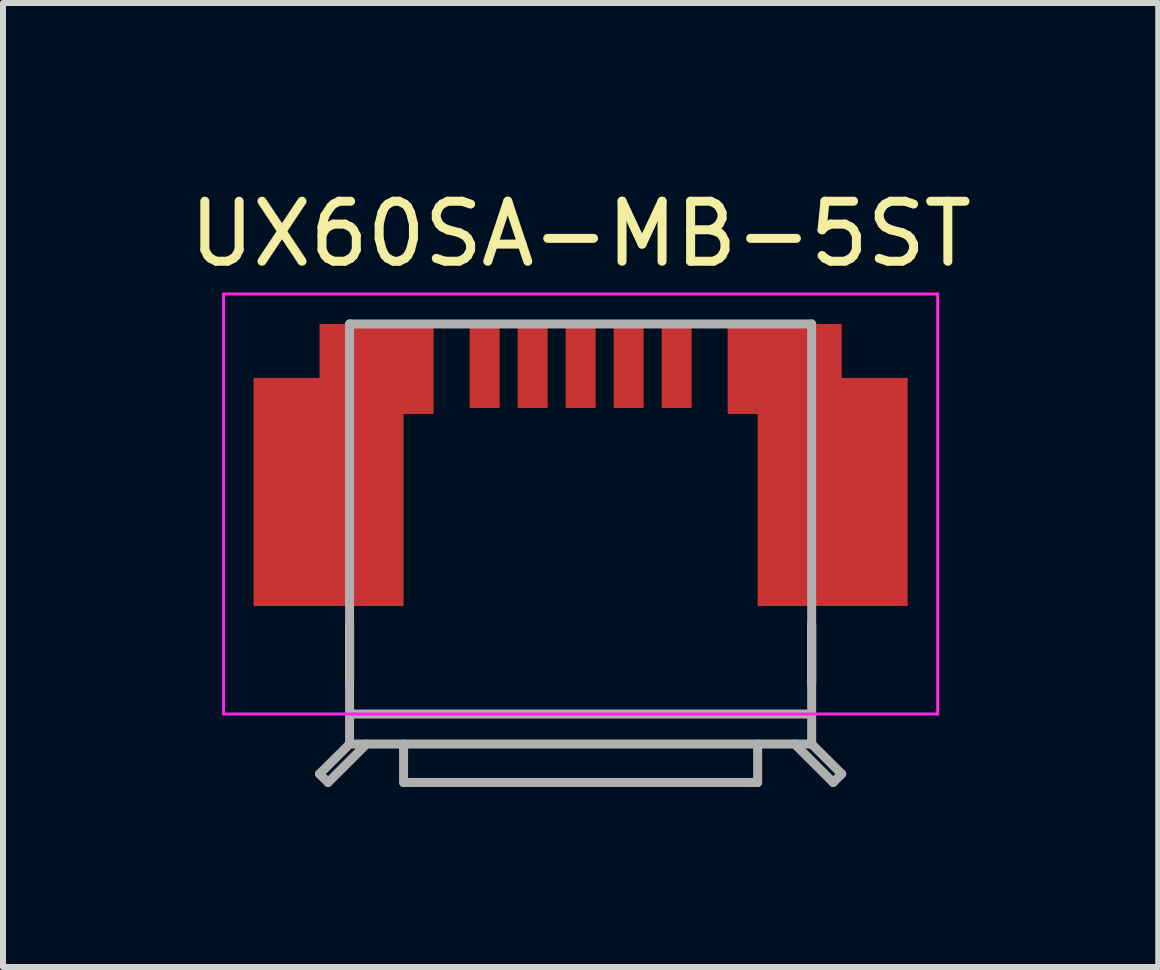
<source format=kicad_pcb>
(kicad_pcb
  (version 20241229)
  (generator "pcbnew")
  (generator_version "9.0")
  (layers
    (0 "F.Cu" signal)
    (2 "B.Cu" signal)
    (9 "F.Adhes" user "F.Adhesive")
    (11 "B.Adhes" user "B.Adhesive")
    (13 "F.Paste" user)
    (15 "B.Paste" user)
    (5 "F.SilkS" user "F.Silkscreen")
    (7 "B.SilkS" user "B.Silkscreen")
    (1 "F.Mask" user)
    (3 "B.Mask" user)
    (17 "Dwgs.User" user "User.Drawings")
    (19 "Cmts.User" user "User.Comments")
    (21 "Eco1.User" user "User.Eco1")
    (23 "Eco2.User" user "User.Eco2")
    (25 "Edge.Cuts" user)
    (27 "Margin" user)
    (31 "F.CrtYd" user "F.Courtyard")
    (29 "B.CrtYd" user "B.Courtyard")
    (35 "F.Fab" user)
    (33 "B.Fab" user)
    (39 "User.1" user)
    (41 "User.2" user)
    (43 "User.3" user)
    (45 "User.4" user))
  (footprint "UX60SA-MB-5ST"
    (layer "F.Cu")
    (at 6.625 8.848)
    (property "Reference" "UX60SA-MB-5ST" (at 0 -8 0) (layer "F.SilkS") (effects (font (size 1 1) (thickness 0.15))))
    (attr smd)
    (fp_line (start -3.85 -1.5) (end -3.85 -0.5) (stroke (width 0.15) (type solid)) (layer "F.SilkS"))
    (fp_line (start 3.85 -1.5) (end 3.85 -0.5) (stroke (width 0.15) (type solid)) (layer "F.SilkS"))
    (fp_line (start -5.95 -7) (end -5.95 0) (stroke (width 0.05) (type solid)) (layer "F.CrtYd"))
    (fp_line (start -5.95 -7) (end 5.95 -7) (stroke (width 0.05) (type solid)) (layer "F.CrtYd"))
    (fp_line (start -5.95 0) (end 5.95 0) (stroke (width 0.05) (type solid)) (layer "F.CrtYd"))
    (fp_line (start 5.95 -7) (end 5.95 0) (stroke (width 0.05) (type solid)) (layer "F.CrtYd"))
    (fp_line (start -4.35 0.998) (end -4.209 1.14) (stroke (width 0.15) (type solid)) (layer "F.Fab"))
    (fp_line (start -3.85 -6.5) (end -3.85 0.5) (stroke (width 0.15) (type solid)) (layer "F.Fab"))
    (fp_line (start -3.85 -6.5) (end 3.85 -6.5) (stroke (width 0.15) (type solid)) (layer "F.Fab"))
    (fp_line (start -3.85 0) (end 3.85 0) (stroke (width 0.15) (type solid)) (layer "F.Fab"))
    (fp_line (start -3.85 0.5) (end -4.35 0.998) (stroke (width 0.15) (type solid)) (layer "F.Fab"))
    (fp_line (start -3.85 0.5) (end 3.85 0.5) (stroke (width 0.15) (type solid)) (layer "F.Fab"))
    (fp_line (start -3.567 0.5) (end -4.209 1.14) (stroke (width 0.15) (type solid)) (layer "F.Fab"))
    (fp_line (start -2.95 0.5) (end -2.95 1.14) (stroke (width 0.15) (type solid)) (layer "F.Fab"))
    (fp_line (start -2.95 1.14) (end 2.95 1.14) (stroke (width 0.15) (type solid)) (layer "F.Fab"))
    (fp_line (start 2.95 0.5) (end 2.95 1.14) (stroke (width 0.15) (type solid)) (layer "F.Fab"))
    (fp_line (start 3.567 0.5) (end 4.209 1.14) (stroke (width 0.15) (type solid)) (layer "F.Fab"))
    (fp_line (start 3.85 -6.5) (end 3.85 0.5) (stroke (width 0.15) (type solid)) (layer "F.Fab"))
    (fp_line (start 3.85 0.5) (end 4.35 0.998) (stroke (width 0.15) (type solid)) (layer "F.Fab"))
    (fp_line (start 4.35 0.998) (end 4.209 1.14) (stroke (width 0.15) (type solid)) (layer "F.Fab"))
    (pad "1" smd rect (at -1.6 -5.8) (size 0.5 1.4) (layers "F.Cu" "F.Mask" "F.Paste"))
    (pad "2" smd rect (at -0.8 -5.8) (size 0.5 1.4) (layers "F.Cu" "F.Mask" "F.Paste"))
    (pad "3" smd rect (at 0 -5.8) (size 0.5 1.4) (layers "F.Cu" "F.Mask" "F.Paste"))
    (pad "4" smd rect (at 0.8 -5.8) (size 0.5 1.4) (layers "F.Cu" "F.Mask" "F.Paste"))
    (pad "5" smd rect (at 1.6 -5.8) (size 0.5 1.4) (layers "F.Cu" "F.Mask" "F.Paste"))
    (pad "S" smd rect (at -4.2 -3.7) (size 2.5 3.8) (layers "F.Cu" "F.Mask" "F.Paste"))
    (pad "S" smd rect (at -3.4 -5.75) (size 1.9 1.5) (layers "F.Cu" "F.Mask" "F.Paste"))
    (pad "S" smd rect (at 3.4 -5.75) (size 1.9 1.5) (layers "F.Cu" "F.Mask" "F.Paste"))
    (pad "S" smd rect (at 4.2 -3.7) (size 2.5 3.8) (layers "F.Cu" "F.Mask" "F.Paste")))
  (gr_rect
    (start -3 -3)
    (end 16.25 13.063)
    (stroke (width 0.1) (type default))
    (fill no)
    (layer "Edge.Cuts")))
</source>
